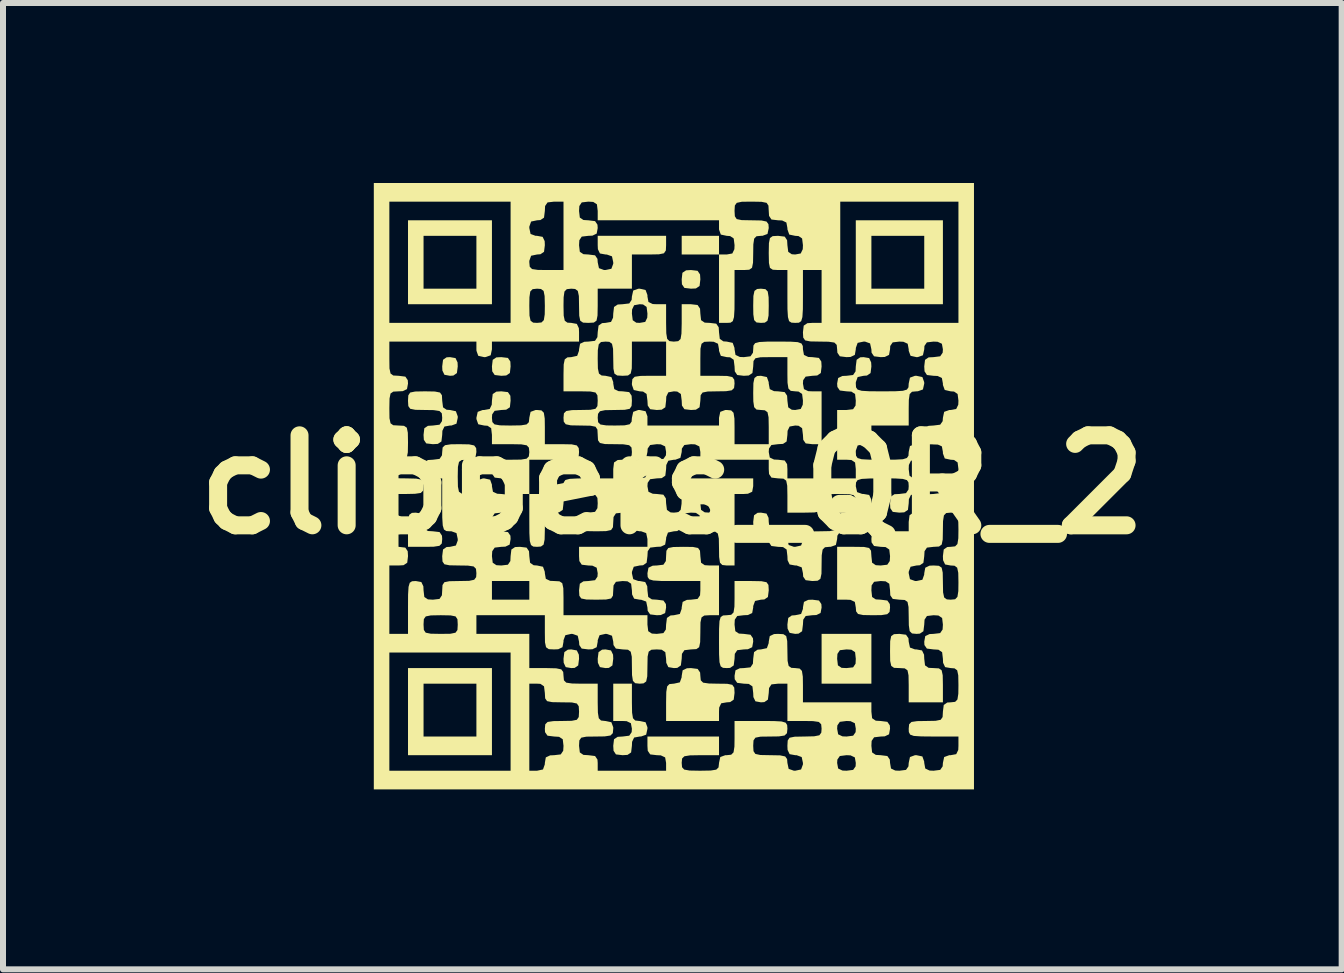
<source format=kicad_pcb>
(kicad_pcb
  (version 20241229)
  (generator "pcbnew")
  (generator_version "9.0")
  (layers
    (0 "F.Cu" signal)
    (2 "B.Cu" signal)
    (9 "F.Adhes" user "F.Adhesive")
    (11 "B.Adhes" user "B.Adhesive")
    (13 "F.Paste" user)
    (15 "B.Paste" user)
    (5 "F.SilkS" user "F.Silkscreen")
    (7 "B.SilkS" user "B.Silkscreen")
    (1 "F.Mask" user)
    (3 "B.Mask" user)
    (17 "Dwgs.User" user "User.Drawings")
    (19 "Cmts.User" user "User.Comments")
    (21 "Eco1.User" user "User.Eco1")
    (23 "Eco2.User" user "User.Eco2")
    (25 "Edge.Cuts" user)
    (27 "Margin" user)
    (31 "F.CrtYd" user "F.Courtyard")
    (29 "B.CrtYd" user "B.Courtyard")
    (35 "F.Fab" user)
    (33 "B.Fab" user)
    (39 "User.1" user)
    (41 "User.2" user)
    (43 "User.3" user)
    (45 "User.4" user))
  (footprint "clippers_QR_2"
    (layer "F.Cu")
    (at 8.157 5.028)
    (property "Reference" "clippers_QR_2" (at 0 0 0) (layer "F.SilkS") (effects (font (size 1.5 1.5) (thickness 0.3))))
    (attr board_only exclude_from_pos_files exclude_from_bom)
    (fp_poly (pts (xy 0.778 -3.991) (xy 0.778 -3.836) (xy 0.467 -3.836) (xy 0.156 -3.836) (xy 0.156 -3.991) (xy 0.156 -4.147) (xy 0.467 -4.147) (xy 0.778 -4.147)) (stroke (width 0) (type solid)) (fill yes) (layer "F.SilkS"))
    (fp_poly (pts (xy -3.614 -2.109) (xy -3.58 -2.037) (xy -3.577 -1.97) (xy -3.591 -1.859) (xy -3.65 -1.818) (xy -3.706 -1.814) (xy -3.799 -1.831) (xy -3.833 -1.902) (xy -3.836 -1.97) (xy -3.822 -2.081) (xy -3.763 -2.122) (xy -3.706 -2.125)) (stroke (width 0) (type solid)) (fill yes) (layer "F.SilkS"))
    (fp_poly (pts (xy -2.741 -2.112) (xy -2.7 -2.052) (xy -2.696 -1.97) (xy -2.708 -1.86) (xy -2.769 -1.819) (xy -2.851 -1.814) (xy -2.961 -1.827) (xy -3.002 -1.888) (xy -3.007 -1.97) (xy -2.994 -2.08) (xy -2.933 -2.121) (xy -2.851 -2.125)) (stroke (width 0) (type solid)) (fill yes) (layer "F.SilkS"))
    (fp_poly (pts (xy -1.592 2.764) (xy -1.558 2.835) (xy -1.555 2.903) (xy -1.569 3.014) (xy -1.628 3.055) (xy -1.685 3.058) (xy -1.777 3.042) (xy -1.811 2.97) (xy -1.814 2.903) (xy -1.8 2.792) (xy -1.741 2.751) (xy -1.685 2.747)) (stroke (width 0) (type solid)) (fill yes) (layer "F.SilkS"))
    (fp_poly (pts (xy -1.022 2.764) (xy -0.988 2.835) (xy -0.985 2.903) (xy -0.999 3.014) (xy -1.058 3.055) (xy -1.114 3.058) (xy -1.207 3.042) (xy -1.241 2.97) (xy -1.244 2.903) (xy -1.23 2.792) (xy -1.171 2.751) (xy -1.114 2.747)) (stroke (width 0) (type solid)) (fill yes) (layer "F.SilkS"))
    (fp_poly (pts (xy 0.421 -3.564) (xy 0.462 -3.503) (xy 0.467 -3.421) (xy 0.454 -3.311) (xy 0.393 -3.27) (xy 0.311 -3.266) (xy 0.201 -3.279) (xy 0.16 -3.339) (xy 0.156 -3.421) (xy 0.168 -3.531) (xy 0.229 -3.572) (xy 0.311 -3.577)) (stroke (width 0) (type solid)) (fill yes) (layer "F.SilkS"))
    (fp_poly (pts (xy 1.552 -3.258) (xy 1.59 -3.219) (xy 1.605 -3.123) (xy 1.607 -2.981) (xy 1.604 -2.817) (xy 1.586 -2.732) (xy 1.542 -2.7) (xy 1.477 -2.696) (xy 1.403 -2.703) (xy 1.364 -2.742) (xy 1.35 -2.838) (xy 1.348 -2.981) (xy 1.351 -3.144) (xy 1.369 -3.229) (xy 1.413 -3.261) (xy 1.477 -3.266)) (stroke (width 0) (type solid)) (fill yes) (layer "F.SilkS"))
    (fp_poly (pts (xy -3.007 -3.706) (xy -3.007 -3.007) (xy -3.706 -3.007) (xy -4.406 -3.007) (xy -4.406 -3.706) (xy -4.147 -3.706) (xy -4.147 -3.266) (xy -3.706 -3.266) (xy -3.266 -3.266) (xy -3.266 -3.706) (xy -3.266 -4.147) (xy -3.706 -4.147) (xy -4.147 -4.147) (xy -4.147 -3.706) (xy -4.406 -3.706) (xy -4.406 -4.406) (xy -3.706 -4.406) (xy -3.007 -4.406)) (stroke (width 0) (type solid)) (fill yes) (layer "F.SilkS"))
    (fp_poly (pts (xy 4.51 -3.706) (xy 4.51 -3.007) (xy 3.784 -3.007) (xy 3.058 -3.007) (xy 3.058 -3.706) (xy 3.318 -3.706) (xy 3.318 -3.266) (xy 3.758 -3.266) (xy 4.199 -3.266) (xy 4.199 -3.706) (xy 4.199 -4.147) (xy 3.758 -4.147) (xy 3.318 -4.147) (xy 3.318 -3.706) (xy 3.058 -3.706) (xy 3.058 -4.406) (xy 3.784 -4.406) (xy 4.51 -4.406)) (stroke (width 0) (type solid)) (fill yes) (layer "F.SilkS"))
    (fp_poly (pts (xy -4.184 0.483) (xy -4.15 0.554) (xy -4.147 0.622) (xy -4.134 0.732) (xy -4.074 0.773) (xy -3.991 0.778) (xy -3.88 0.791) (xy -3.84 0.851) (xy -3.836 0.907) (xy -3.843 0.981) (xy -3.882 1.02) (xy -3.979 1.035) (xy -4.121 1.037) (xy -4.406 1.037) (xy -4.406 0.752) (xy -4.403 0.588) (xy -4.385 0.503) (xy -4.341 0.471) (xy -4.277 0.467)) (stroke (width 0) (type solid)) (fill yes) (layer "F.SilkS"))
    (fp_poly (pts (xy -3.007 3.784) (xy -3.007 4.51) (xy -3.706 4.51) (xy -4.406 4.51) (xy -4.406 3.784) (xy -4.406 3.758) (xy -4.147 3.758) (xy -4.147 4.199) (xy -3.706 4.199) (xy -3.266 4.199) (xy -3.266 3.758) (xy -3.266 3.318) (xy -3.706 3.318) (xy -4.147 3.318) (xy -4.147 3.758) (xy -4.406 3.758) (xy -4.406 3.058) (xy -3.706 3.058) (xy -3.007 3.058)) (stroke (width 0) (type solid)) (fill yes) (layer "F.SilkS"))
    (fp_poly (pts (xy 3.318 2.903) (xy 3.318 3.318) (xy 2.903 3.318) (xy 2.488 3.318) (xy 2.488 2.903) (xy 2.747 2.903) (xy 2.76 3.013) (xy 2.821 3.054) (xy 2.903 3.058) (xy 3.013 3.046) (xy 3.054 2.985) (xy 3.058 2.903) (xy 3.046 2.793) (xy 2.985 2.752) (xy 2.903 2.747) (xy 2.793 2.76) (xy 2.752 2.821) (xy 2.747 2.903) (xy 2.488 2.903) (xy 2.488 2.488) (xy 2.903 2.488) (xy 3.318 2.488)) (stroke (width 0) (type solid)) (fill yes) (layer "F.SilkS"))
    (fp_poly (pts (xy 2.444 1.932) (xy 2.484 1.991) (xy 2.488 2.048) (xy 2.471 2.14) (xy 2.4 2.174) (xy 2.333 2.177) (xy 2.223 2.19) (xy 2.182 2.251) (xy 2.177 2.333) (xy 2.163 2.444) (xy 2.104 2.484) (xy 2.048 2.488) (xy 1.955 2.471) (xy 1.921 2.4) (xy 1.918 2.333) (xy 1.932 2.222) (xy 1.991 2.181) (xy 2.048 2.177) (xy 2.146 2.156) (xy 2.177 2.071) (xy 2.177 2.048) (xy 2.194 1.955) (xy 2.265 1.921) (xy 2.333 1.918)) (stroke (width 0) (type solid)) (fill yes) (layer "F.SilkS"))
    (fp_poly (pts (xy 0.422 3.072) (xy 0.463 3.132) (xy 0.467 3.188) (xy 0.474 3.262) (xy 0.513 3.301) (xy 0.609 3.315) (xy 0.752 3.318) (xy 0.915 3.32) (xy 0.999 3.337) (xy 1.032 3.383) (xy 1.037 3.471) (xy 1.037 3.473) (xy 1.023 3.584) (xy 0.963 3.625) (xy 0.907 3.629) (xy 0.815 3.645) (xy 0.781 3.716) (xy 0.778 3.784) (xy 0.778 3.94) (xy 0.337 3.94) (xy -0.104 3.94) (xy -0.104 3.629) (xy -0.101 3.456) (xy -0.086 3.363) (xy -0.049 3.325) (xy 0.021 3.318) (xy 0.026 3.318) (xy 0.125 3.296) (xy 0.155 3.212) (xy 0.156 3.188) (xy 0.172 3.095) (xy 0.243 3.061) (xy 0.311 3.058)) (stroke (width 0) (type solid)) (fill yes) (layer "F.SilkS"))
    (fp_poly (pts (xy -0.674 3.629) (xy -0.671 3.801) (xy -0.656 3.894) (xy -0.619 3.932) (xy -0.549 3.94) (xy -0.544 3.94) (xy -0.446 3.961) (xy -0.415 4.045) (xy -0.415 4.069) (xy -0.436 4.168) (xy -0.52 4.198) (xy -0.544 4.199) (xy -0.637 4.216) (xy -0.671 4.287) (xy -0.674 4.354) (xy -0.687 4.464) (xy -0.747 4.505) (xy -0.829 4.51) (xy -0.94 4.497) (xy -0.98 4.436) (xy -0.985 4.354) (xy -0.972 4.244) (xy -0.911 4.204) (xy -0.829 4.199) (xy -0.718 4.185) (xy -0.678 4.126) (xy -0.674 4.069) (xy -0.691 3.977) (xy -0.762 3.943) (xy -0.829 3.94) (xy -0.985 3.94) (xy -0.985 3.629) (xy -0.985 3.318) (xy -0.829 3.318) (xy -0.674 3.318)) (stroke (width 0) (type solid)) (fill yes) (layer "F.SilkS"))
    (fp_poly (pts (xy 3.895 2.502) (xy 3.936 2.561) (xy 3.94 2.618) (xy 3.961 2.716) (xy 4.045 2.747) (xy 4.069 2.747) (xy 4.162 2.764) (xy 4.196 2.835) (xy 4.199 2.903) (xy 4.212 3.013) (xy 4.272 3.054) (xy 4.354 3.058) (xy 4.443 3.063) (xy 4.489 3.095) (xy 4.507 3.178) (xy 4.51 3.339) (xy 4.51 3.343) (xy 4.51 3.629) (xy 4.225 3.629) (xy 3.94 3.629) (xy 3.94 3.343) (xy 3.937 3.18) (xy 3.92 3.096) (xy 3.874 3.063) (xy 3.786 3.058) (xy 3.784 3.058) (xy 3.695 3.054) (xy 3.649 3.022) (xy 3.631 2.939) (xy 3.629 2.778) (xy 3.629 2.773) (xy 3.631 2.61) (xy 3.648 2.525) (xy 3.694 2.493) (xy 3.782 2.488) (xy 3.784 2.488)) (stroke (width 0) (type solid)) (fill yes) (layer "F.SilkS"))
    (fp_poly (pts (xy -3.958 -1.552) (xy -3.873 -1.535) (xy -3.841 -1.49) (xy -3.836 -1.402) (xy -3.836 -1.4) (xy -3.822 -1.288) (xy -3.763 -1.248) (xy -3.706 -1.244) (xy -3.608 -1.223) (xy -3.577 -1.138) (xy -3.577 -1.114) (xy -3.598 -1.016) (xy -3.682 -0.985) (xy -3.706 -0.985) (xy -3.799 -0.968) (xy -3.833 -0.897) (xy -3.836 -0.829) (xy -3.849 -0.719) (xy -3.909 -0.679) (xy -3.991 -0.674) (xy -4.102 -0.687) (xy -4.142 -0.747) (xy -4.147 -0.829) (xy -4.134 -0.94) (xy -4.074 -0.98) (xy -3.991 -0.985) (xy -3.88 -0.999) (xy -3.84 -1.058) (xy -3.836 -1.114) (xy -3.843 -1.189) (xy -3.882 -1.227) (xy -3.979 -1.242) (xy -4.121 -1.244) (xy -4.284 -1.247) (xy -4.369 -1.264) (xy -4.401 -1.309) (xy -4.406 -1.397) (xy -4.406 -1.4) (xy -4.401 -1.488) (xy -4.37 -1.535) (xy -4.286 -1.552) (xy -4.125 -1.555) (xy -4.121 -1.555)) (stroke (width 0) (type solid)) (fill yes) (layer "F.SilkS"))
    (fp_poly (pts (xy 1.485 1.61) (xy 1.57 1.627) (xy 1.602 1.672) (xy 1.607 1.76) (xy 1.607 1.762) (xy 1.593 1.874) (xy 1.534 1.914) (xy 1.477 1.918) (xy 1.379 1.939) (xy 1.348 2.024) (xy 1.348 2.048) (xy 1.331 2.14) (xy 1.26 2.174) (xy 1.192 2.177) (xy 1.082 2.19) (xy 1.041 2.251) (xy 1.037 2.333) (xy 1.05 2.443) (xy 1.11 2.483) (xy 1.192 2.488) (xy 1.303 2.502) (xy 1.344 2.561) (xy 1.348 2.618) (xy 1.331 2.71) (xy 1.26 2.744) (xy 1.192 2.747) (xy 1.082 2.76) (xy 1.041 2.821) (xy 1.037 2.903) (xy 1.023 3.014) (xy 0.963 3.055) (xy 0.907 3.058) (xy 0.844 3.054) (xy 0.806 3.029) (xy 0.786 2.96) (xy 0.779 2.829) (xy 0.778 2.618) (xy 0.779 2.404) (xy 0.786 2.274) (xy 0.806 2.207) (xy 0.845 2.181) (xy 0.907 2.177) (xy 0.981 2.17) (xy 1.02 2.131) (xy 1.035 2.034) (xy 1.037 1.892) (xy 1.037 1.607) (xy 1.322 1.607)) (stroke (width 0) (type solid)) (fill yes) (layer "F.SilkS"))
    (fp_poly (pts (xy -0.446 -3.244) (xy -0.415 -3.16) (xy -0.415 -3.136) (xy -0.398 -3.044) (xy -0.327 -3.01) (xy -0.259 -3.007) (xy -0.104 -3.007) (xy -0.104 -2.696) (xy -0.101 -2.523) (xy -0.086 -2.43) (xy -0.049 -2.392) (xy 0.021 -2.384) (xy 0.026 -2.384) (xy 0.098 -2.391) (xy 0.137 -2.427) (xy 0.152 -2.517) (xy 0.156 -2.685) (xy 0.156 -2.696) (xy 0.156 -3.007) (xy 0.311 -3.007) (xy 0.421 -2.994) (xy 0.462 -2.933) (xy 0.467 -2.851) (xy 0.479 -2.741) (xy 0.54 -2.7) (xy 0.622 -2.696) (xy 0.732 -2.683) (xy 0.773 -2.622) (xy 0.778 -2.54) (xy 0.791 -2.429) (xy 0.851 -2.388) (xy 0.907 -2.384) (xy 1.006 -2.363) (xy 1.036 -2.279) (xy 1.037 -2.255) (xy 1.053 -2.162) (xy 1.125 -2.128) (xy 1.192 -2.125) (xy 1.303 -2.139) (xy 1.344 -2.199) (xy 1.348 -2.255) (xy 1.352 -2.319) (xy 1.38 -2.358) (xy 1.451 -2.377) (xy 1.588 -2.384) (xy 1.762 -2.384) (xy 1.968 -2.383) (xy 2.091 -2.375) (xy 2.153 -2.352) (xy 2.175 -2.31) (xy 2.177 -2.255) (xy 2.194 -2.162) (xy 2.265 -2.128) (xy 2.333 -2.125) (xy 2.443 -2.112) (xy 2.483 -2.052) (xy 2.488 -1.97) (xy 2.475 -1.86) (xy 2.415 -1.819) (xy 2.333 -1.814) (xy 2.222 -1.8) (xy 2.181 -1.741) (xy 2.177 -1.685) (xy 2.194 -1.592) (xy 2.265 -1.558) (xy 2.333 -1.555) (xy 2.488 -1.555) (xy 2.488 -1.114) (xy 2.488 -0.674) (xy 2.333 -0.674) (xy 2.223 -0.687) (xy 2.182 -0.747) (xy 2.177 -0.829) (xy 2.163 -0.941) (xy 2.104 -0.981) (xy 2.048 -0.985) (xy 1.955 -0.968) (xy 1.921 -0.897) (xy 1.918 -0.829) (xy 1.905 -0.719) (xy 1.845 -0.679) (xy 1.762 -0.674) (xy 1.651 -0.66) (xy 1.611 -0.601) (xy 1.607 -0.544) (xy 1.624 -0.452) (xy 1.695 -0.418) (xy 1.762 -0.415) (xy 1.873 -0.402) (xy 1.913 -0.341) (xy 1.918 -0.259) (xy 1.918 -0.104) (xy 2.488 -0.104) (xy 3.058 -0.104) (xy 3.058 -0.259) (xy 3.046 -0.369) (xy 2.985 -0.41) (xy 2.903 -0.415) (xy 2.747 -0.415) (xy 2.747 -0.829) (xy 2.747 -1.244) (xy 2.903 -1.244) (xy 3.013 -1.257) (xy 3.054 -1.318) (xy 3.058 -1.4) (xy 3.046 -1.51) (xy 2.985 -1.55) (xy 2.903 -1.555) (xy 2.792 -1.569) (xy 2.751 -1.628) (xy 2.747 -1.685) (xy 2.764 -1.777) (xy 2.835 -1.811) (xy 2.903 -1.814) (xy 3.013 -1.827) (xy 3.054 -1.888) (xy 3.058 -1.97) (xy 3.072 -2.081) (xy 3.132 -2.122) (xy 3.188 -2.125) (xy 3.281 -2.109) (xy 3.314 -2.037) (xy 3.318 -1.97) (xy 3.304 -1.859) (xy 3.244 -1.818) (xy 3.188 -1.814) (xy 3.089 -1.793) (xy 3.059 -1.709) (xy 3.058 -1.685) (xy 3.062 -1.622) (xy 3.088 -1.584) (xy 3.156 -1.564) (xy 3.287 -1.556) (xy 3.499 -1.555) (xy 3.712 -1.556) (xy 3.843 -1.564) (xy 3.91 -1.584) (xy 3.936 -1.622) (xy 3.94 -1.685) (xy 3.961 -1.783) (xy 4.045 -1.814) (xy 4.069 -1.814) (xy 4.168 -1.793) (xy 4.198 -1.709) (xy 4.199 -1.685) (xy 4.177 -1.586) (xy 4.093 -1.556) (xy 4.069 -1.555) (xy 3.995 -1.548) (xy 3.956 -1.509) (xy 3.942 -1.412) (xy 3.94 -1.27) (xy 3.94 -0.985) (xy 3.629 -0.985) (xy 3.318 -0.985) (xy 3.318 -0.829) (xy 3.304 -0.718) (xy 3.244 -0.678) (xy 3.188 -0.674) (xy 3.089 -0.652) (xy 3.059 -0.568) (xy 3.058 -0.544) (xy 3.062 -0.482) (xy 3.088 -0.443) (xy 3.156 -0.423) (xy 3.287 -0.416) (xy 3.499 -0.415) (xy 3.712 -0.416) (xy 3.843 -0.423) (xy 3.91 -0.444) (xy 3.936 -0.482) (xy 3.94 -0.544) (xy 3.961 -0.643) (xy 4.045 -0.673) (xy 4.069 -0.674) (xy 4.168 -0.652) (xy 4.198 -0.568) (xy 4.199 -0.544) (xy 4.177 -0.446) (xy 4.093 -0.415) (xy 4.069 -0.415) (xy 3.977 -0.398) (xy 3.943 -0.327) (xy 3.94 -0.259) (xy 3.954 -0.148) (xy 4.013 -0.107) (xy 4.069 -0.104) (xy 4.168 -0.082) (xy 4.198 0.002) (xy 4.199 0.026) (xy 4.177 0.125) (xy 4.093 0.155) (xy 4.069 0.156) (xy 3.977 0.172) (xy 3.943 0.243) (xy 3.94 0.311) (xy 3.927 0.421) (xy 3.866 0.462) (xy 3.784 0.467) (xy 3.674 0.454) (xy 3.633 0.393) (xy 3.629 0.311) (xy 3.641 0.201) (xy 3.702 0.16) (xy 3.784 0.156) (xy 3.895 0.142) (xy 3.936 0.082) (xy 3.94 0.026) (xy 3.936 -0.037) (xy 3.91 -0.075) (xy 3.842 -0.095) (xy 3.711 -0.103) (xy 3.499 -0.104) (xy 3.286 -0.102) (xy 3.155 -0.095) (xy 3.088 -0.075) (xy 3.062 -0.036) (xy 3.058 0.026) (xy 3.08 0.125) (xy 3.164 0.155) (xy 3.188 0.156) (xy 3.281 0.172) (xy 3.314 0.243) (xy 3.318 0.311) (xy 3.304 0.422) (xy 3.244 0.463) (xy 3.188 0.467) (xy 3.095 0.483) (xy 3.061 0.554) (xy 3.058 0.622) (xy 3.046 0.732) (xy 2.985 0.773) (xy 2.903 0.778) (xy 2.792 0.791) (xy 2.751 0.851) (xy 2.747 0.907) (xy 2.726 1.006) (xy 2.642 1.036) (xy 2.618 1.037) (xy 2.544 1.044) (xy 2.505 1.083) (xy 2.49 1.179) (xy 2.488 1.322) (xy 2.486 1.485) (xy 2.468 1.57) (xy 2.423 1.602) (xy 2.335 1.607) (xy 2.333 1.607) (xy 2.222 1.593) (xy 2.181 1.534) (xy 2.177 1.477) (xy 2.156 1.379) (xy 2.071 1.348) (xy 2.048 1.348) (xy 1.955 1.331) (xy 1.921 1.26) (xy 1.918 1.192) (xy 1.905 1.082) (xy 1.845 1.041) (xy 1.762 1.037) (xy 1.651 1.023) (xy 1.611 0.963) (xy 1.607 0.907) (xy 1.586 0.808) (xy 1.501 0.778) (xy 1.477 0.778) (xy 1.385 0.761) (xy 1.351 0.69) (xy 1.348 0.622) (xy 1.362 0.511) (xy 1.421 0.47) (xy 1.477 0.467) (xy 1.57 0.483) (xy 1.604 0.554) (xy 1.607 0.622) (xy 1.62 0.732) (xy 1.68 0.773) (xy 1.762 0.778) (xy 1.874 0.791) (xy 1.914 0.851) (xy 1.918 0.907) (xy 1.939 1.006) (xy 2.024 1.036) (xy 2.048 1.037) (xy 2.146 1.015) (xy 2.177 0.931) (xy 2.177 0.907) (xy 2.185 0.833) (xy 2.224 0.794) (xy 2.32 0.78) (xy 2.462 0.778) (xy 2.625 0.775) (xy 2.71 0.758) (xy 2.742 0.712) (xy 2.747 0.624) (xy 2.747 0.622) (xy 2.76 0.512) (xy 2.821 0.471) (xy 2.903 0.467) (xy 3.013 0.454) (xy 3.054 0.393) (xy 3.058 0.311) (xy 3.054 0.222) (xy 3.022 0.176) (xy 2.939 0.158) (xy 2.778 0.156) (xy 2.773 0.156) (xy 2.61 0.158) (xy 2.525 0.175) (xy 2.493 0.221) (xy 2.488 0.309) (xy 2.488 0.311) (xy 2.483 0.4) (xy 2.452 0.446) (xy 2.369 0.464) (xy 2.207 0.467) (xy 2.203 0.467) (xy 1.918 0.467) (xy 1.918 0.181) (xy 1.915 0.018) (xy 1.898 -0.066) (xy 1.853 -0.099) (xy 1.765 -0.104) (xy 1.762 -0.104) (xy 1.652 -0.117) (xy 1.612 -0.177) (xy 1.607 -0.259) (xy 1.607 -0.415) (xy 1.037 -0.415) (xy 0.467 -0.415) (xy 0.467 -0.544) (xy 0.45 -0.637) (xy 0.379 -0.671) (xy 0.311 -0.674) (xy 0.2 -0.66) (xy 0.159 -0.601) (xy 0.156 -0.544) (xy 0.134 -0.446) (xy 0.05 -0.415) (xy 0.026 -0.415) (xy -0.067 -0.398) (xy -0.101 -0.327) (xy -0.104 -0.259) (xy -0.117 -0.149) (xy -0.177 -0.108) (xy -0.259 -0.104) (xy -0.37 -0.09) (xy -0.411 -0.03) (xy -0.415 0.026) (xy -0.398 0.119) (xy -0.327 0.152) (xy -0.259 0.156) (xy -0.149 0.168) (xy -0.108 0.229) (xy -0.104 0.311) (xy -0.09 0.422) (xy -0.03 0.463) (xy 0.026 0.467) (xy 0.1 0.459) (xy 0.139 0.42) (xy 0.153 0.324) (xy 0.154 0.311) (xy 0.467 0.311) (xy 0.479 0.421) (xy 0.54 0.462) (xy 0.622 0.467) (xy 0.732 0.454) (xy 0.773 0.393) (xy 0.778 0.311) (xy 0.765 0.201) (xy 0.704 0.16) (xy 0.622 0.156) (xy 0.512 0.168) (xy 0.471 0.229) (xy 0.467 0.311) (xy 0.154 0.311) (xy 0.156 0.181) (xy 0.156 -0.104) (xy 0.752 -0.104) (xy 1.348 -0.104) (xy 1.348 0.026) (xy 1.331 0.119) (xy 1.26 0.152) (xy 1.192 0.156) (xy 1.037 0.156) (xy 1.037 0.752) (xy 1.037 1.348) (xy 0.907 1.348) (xy 0.833 1.34) (xy 0.794 1.301) (xy 0.78 1.205) (xy 0.778 1.063) (xy 0.775 0.9) (xy 0.758 0.815) (xy 0.712 0.783) (xy 0.624 0.778) (xy 0.622 0.778) (xy 0.512 0.765) (xy 0.471 0.704) (xy 0.467 0.622) (xy 0.454 0.512) (xy 0.393 0.471) (xy 0.311 0.467) (xy 0.201 0.479) (xy 0.16 0.54) (xy 0.156 0.622) (xy 0.142 0.733) (xy 0.082 0.774) (xy 0.026 0.778) (xy -0.073 0.799) (xy -0.103 0.883) (xy -0.104 0.907) (xy -0.12 1) (xy -0.192 1.034) (xy -0.259 1.037) (xy -0.369 1.05) (xy -0.41 1.11) (xy -0.415 1.192) (xy -0.429 1.303) (xy -0.488 1.344) (xy -0.544 1.348) (xy -0.643 1.369) (xy -0.673 1.453) (xy -0.674 1.477) (xy -0.652 1.576) (xy -0.568 1.606) (xy -0.544 1.607) (xy -0.452 1.624) (xy -0.418 1.695) (xy -0.415 1.762) (xy -0.402 1.873) (xy -0.341 1.913) (xy -0.259 1.918) (xy -0.148 1.932) (xy -0.107 1.991) (xy -0.104 2.048) (xy -0.12 2.14) (xy -0.192 2.174) (xy -0.259 2.177) (xy -0.37 2.163) (xy -0.411 2.104) (xy -0.415 2.048) (xy -0.436 1.949) (xy -0.52 1.919) (xy -0.544 1.918) (xy -0.637 1.901) (xy -0.671 1.83) (xy -0.674 1.762) (xy -0.687 1.652) (xy -0.747 1.612) (xy -0.829 1.607) (xy -0.94 1.62) (xy -0.98 1.68) (xy -0.985 1.762) (xy -0.99 1.851) (xy -1.021 1.898) (xy -1.105 1.915) (xy -1.266 1.918) (xy -1.27 1.918) (xy -1.433 1.915) (xy -1.518 1.898) (xy -1.55 1.853) (xy -1.555 1.765) (xy -1.555 1.762) (xy -1.542 1.652) (xy -1.482 1.612) (xy -1.4 1.607) (xy -1.288 1.593) (xy -1.248 1.534) (xy -1.244 1.477) (xy -1.261 1.385) (xy -1.332 1.351) (xy -1.4 1.348) (xy -1.51 1.335) (xy -1.55 1.274) (xy -1.555 1.192) (xy -1.555 1.037) (xy -0.985 1.037) (xy -0.415 1.037) (xy -0.415 0.907) (xy -0.436 0.808) (xy -0.52 0.778) (xy -0.544 0.778) (xy -0.637 0.761) (xy -0.671 0.69) (xy -0.674 0.622) (xy -0.687 0.512) (xy -0.747 0.471) (xy -0.829 0.467) (xy -0.94 0.479) (xy -0.98 0.54) (xy -0.985 0.622) (xy -0.99 0.711) (xy -1.021 0.757) (xy -1.105 0.775) (xy -1.266 0.778) (xy -1.27 0.778) (xy -1.433 0.775) (xy -1.518 0.758) (xy -1.55 0.712) (xy -1.555 0.624) (xy -1.555 0.622) (xy -1.542 0.512) (xy -1.482 0.471) (xy -1.4 0.467) (xy -1.289 0.454) (xy -1.249 0.393) (xy -1.244 0.311) (xy -1.249 0.222) (xy -1.28 0.176) (xy -1.364 0.158) (xy -1.525 0.156) (xy -1.529 0.156) (xy -1.692 0.158) (xy -1.777 0.175) (xy -1.809 0.221) (xy -1.814 0.309) (xy -1.814 0.311) (xy -1.827 0.421) (xy -1.888 0.462) (xy -1.97 0.467) (xy -2.059 0.471) (xy -2.105 0.503) (xy -2.123 0.586) (xy -2.125 0.747) (xy -2.125 0.752) (xy -2.129 0.915) (xy -2.146 1) (xy -2.19 1.032) (xy -2.255 1.037) (xy -2.318 1.033) (xy -2.356 1.007) (xy -2.376 0.939) (xy -2.383 0.808) (xy -2.384 0.596) (xy -2.384 0.156) (xy -2.54 0.156) (xy -2.651 0.142) (xy -2.692 0.082) (xy -2.696 0.026) (xy -2.712 -0.067) (xy -2.783 -0.101) (xy -2.851 -0.104) (xy -2.961 -0.117) (xy -3.002 -0.177) (xy -3.007 -0.259) (xy -3.007 -0.415) (xy -2.696 -0.415) (xy -2.523 -0.417) (xy -2.43 -0.432) (xy -2.392 -0.47) (xy -2.384 -0.54) (xy -2.384 -0.544) (xy -2.391 -0.616) (xy -2.427 -0.655) (xy -2.517 -0.671) (xy -2.685 -0.674) (xy -2.696 -0.674) (xy -3.007 -0.674) (xy -3.007 -0.829) (xy -3.02 -0.941) (xy -3.08 -0.981) (xy -3.136 -0.985) (xy -3.235 -1.006) (xy -3.265 -1.091) (xy -3.266 -1.114) (xy -3.244 -1.213) (xy -3.16 -1.244) (xy -3.136 -1.244) (xy -3.044 -1.261) (xy -3.01 -1.332) (xy -3.007 -1.4) (xy -2.994 -1.51) (xy -2.933 -1.55) (xy -2.851 -1.555) (xy -2.741 -1.542) (xy -2.7 -1.482) (xy -2.696 -1.4) (xy -2.708 -1.289) (xy -2.769 -1.249) (xy -2.851 -1.244) (xy -2.962 -1.23) (xy -3.003 -1.171) (xy -3.007 -1.114) (xy -3 -1.043) (xy -2.964 -1.004) (xy -2.874 -0.988) (xy -2.706 -0.985) (xy -2.696 -0.985) (xy -2.523 -0.988) (xy -2.43 -1.003) (xy -2.392 -1.04) (xy -2.384 -1.11) (xy -2.384 -1.114) (xy -2.363 -1.213) (xy -2.279 -1.244) (xy -2.255 -1.244) (xy -2.181 -1.237) (xy -2.142 -1.198) (xy -2.127 -1.101) (xy -2.125 -0.959) (xy -2.125 -0.674) (xy -1.84 -0.674) (xy -1.677 -0.671) (xy -1.592 -0.653) (xy -1.56 -0.609) (xy -1.555 -0.544) (xy -1.56 -0.48) (xy -1.587 -0.442) (xy -1.658 -0.422) (xy -1.795 -0.415) (xy -1.97 -0.415) (xy -2.384 -0.415) (xy -2.384 -0.13) (xy -2.384 0.156) (xy -2.099 0.156) (xy -1.936 0.152) (xy -1.851 0.134) (xy -1.819 0.091) (xy -1.814 0.026) (xy -1.81 -0.038) (xy -1.783 -0.077) (xy -1.711 -0.096) (xy -1.574 -0.103) (xy -1.4 -0.104) (xy -0.985 -0.104) (xy -0.985 -0.259) (xy -0.674 -0.259) (xy -0.66 -0.148) (xy -0.601 -0.107) (xy -0.544 -0.104) (xy -0.452 -0.12) (xy -0.418 -0.192) (xy -0.415 -0.259) (xy -0.402 -0.369) (xy -0.341 -0.41) (xy -0.259 -0.415) (xy -0.148 -0.429) (xy -0.107 -0.488) (xy -0.104 -0.544) (xy -0.12 -0.637) (xy -0.192 -0.671) (xy -0.259 -0.674) (xy -0.37 -0.66) (xy -0.411 -0.601) (xy -0.415 -0.544) (xy -0.436 -0.446) (xy -0.52 -0.415) (xy -0.544 -0.415) (xy -0.637 -0.398) (xy -0.671 -0.327) (xy -0.674 -0.259) (xy -0.985 -0.259) (xy -0.972 -0.369) (xy -0.911 -0.41) (xy -0.829 -0.415) (xy -0.718 -0.429) (xy -0.678 -0.488) (xy -0.674 -0.544) (xy -0.681 -0.619) (xy -0.72 -0.657) (xy -0.817 -0.672) (xy -0.959 -0.674) (xy -1.122 -0.676) (xy -1.207 -0.694) (xy -1.239 -0.739) (xy -1.244 -0.827) (xy -1.244 -0.829) (xy -1.249 -0.918) (xy -1.28 -0.965) (xy -1.364 -0.982) (xy -1.525 -0.985) (xy -1.529 -0.985) (xy -1.692 -0.988) (xy -1.777 -1.006) (xy -1.81 -1.05) (xy -1.814 -1.114) (xy -1.807 -1.189) (xy -1.768 -1.227) (xy -1.672 -1.242) (xy -1.529 -1.244) (xy -1.366 -1.247) (xy -1.281 -1.264) (xy -1.249 -1.309) (xy -1.244 -1.397) (xy -1.244 -1.4) (xy -1.249 -1.488) (xy -1.28 -1.535) (xy -1.364 -1.552) (xy -1.525 -1.555) (xy -1.529 -1.555) (xy -1.814 -1.555) (xy -1.814 -1.84) (xy -1.811 -2.003) (xy -1.793 -2.089) (xy -1.778 -2.099) (xy -1.244 -2.099) (xy -1.241 -1.936) (xy -1.223 -1.851) (xy -1.179 -1.819) (xy -1.114 -1.814) (xy -1.016 -1.793) (xy -0.985 -1.709) (xy -0.985 -1.685) (xy -0.968 -1.592) (xy -0.897 -1.558) (xy -0.829 -1.555) (xy -0.719 -1.542) (xy -0.679 -1.482) (xy -0.674 -1.4) (xy -0.679 -1.311) (xy -0.71 -1.264) (xy -0.794 -1.247) (xy -0.955 -1.244) (xy -0.959 -1.244) (xy -1.122 -1.241) (xy -1.207 -1.223) (xy -1.239 -1.179) (xy -1.244 -1.114) (xy -1.237 -1.04) (xy -1.198 -1.002) (xy -1.101 -0.987) (xy -0.959 -0.985) (xy -0.796 -0.988) (xy -0.711 -1.006) (xy -0.679 -1.05) (xy -0.674 -1.114) (xy -0.652 -1.213) (xy -0.568 -1.244) (xy -0.544 -1.244) (xy -0.446 -1.223) (xy -0.415 -1.138) (xy -0.415 -1.114) (xy -0.415 -0.985) (xy 0.181 -0.985) (xy 0.778 -0.985) (xy 0.778 -1.114) (xy 0.799 -1.213) (xy 0.883 -1.244) (xy 0.907 -1.244) (xy 0.981 -1.237) (xy 1.02 -1.198) (xy 1.035 -1.101) (xy 1.037 -0.959) (xy 1.037 -0.674) (xy 1.322 -0.674) (xy 1.607 -0.674) (xy 1.607 -0.959) (xy 1.604 -1.122) (xy 1.586 -1.207) (xy 1.542 -1.239) (xy 1.477 -1.244) (xy 1.403 -1.251) (xy 1.364 -1.291) (xy 1.35 -1.387) (xy 1.348 -1.529) (xy 1.351 -1.692) (xy 1.369 -1.777) (xy 1.413 -1.81) (xy 1.477 -1.814) (xy 1.576 -1.793) (xy 1.606 -1.709) (xy 1.607 -1.685) (xy 1.624 -1.592) (xy 1.695 -1.558) (xy 1.762 -1.555) (xy 1.873 -1.542) (xy 1.913 -1.482) (xy 1.918 -1.4) (xy 1.932 -1.288) (xy 1.991 -1.248) (xy 2.048 -1.244) (xy 2.14 -1.261) (xy 2.174 -1.332) (xy 2.177 -1.4) (xy 2.163 -1.511) (xy 2.104 -1.551) (xy 2.048 -1.555) (xy 1.973 -1.563) (xy 1.935 -1.602) (xy 1.92 -1.698) (xy 1.918 -1.84) (xy 1.918 -2.125) (xy 1.633 -2.125) (xy 1.47 -2.123) (xy 1.385 -2.106) (xy 1.353 -2.06) (xy 1.348 -1.972) (xy 1.348 -1.97) (xy 1.335 -1.86) (xy 1.274 -1.819) (xy 1.192 -1.814) (xy 1.082 -1.827) (xy 1.041 -1.888) (xy 1.037 -1.97) (xy 1.023 -2.081) (xy 0.963 -2.122) (xy 0.907 -2.125) (xy 0.808 -2.147) (xy 0.778 -2.231) (xy 0.778 -2.255) (xy 0.761 -2.348) (xy 0.69 -2.381) (xy 0.622 -2.384) (xy 0.533 -2.38) (xy 0.487 -2.348) (xy 0.469 -2.265) (xy 0.467 -2.104) (xy 0.467 -2.099) (xy 0.467 -1.814) (xy 0.752 -1.814) (xy 0.915 -1.811) (xy 1 -1.793) (xy 1.032 -1.749) (xy 1.037 -1.685) (xy 1.029 -1.61) (xy 0.99 -1.572) (xy 0.894 -1.557) (xy 0.752 -1.555) (xy 0.589 -1.552) (xy 0.504 -1.535) (xy 0.472 -1.49) (xy 0.467 -1.402) (xy 0.467 -1.4) (xy 0.454 -1.289) (xy 0.393 -1.249) (xy 0.311 -1.244) (xy 0.201 -1.257) (xy 0.16 -1.318) (xy 0.156 -1.4) (xy 0.142 -1.511) (xy 0.082 -1.551) (xy 0.026 -1.555) (xy -0.067 -1.538) (xy -0.101 -1.467) (xy -0.104 -1.4) (xy -0.117 -1.289) (xy -0.177 -1.249) (xy -0.259 -1.244) (xy -0.369 -1.257) (xy -0.41 -1.318) (xy -0.415 -1.4) (xy -0.429 -1.511) (xy -0.488 -1.551) (xy -0.544 -1.555) (xy -0.643 -1.577) (xy -0.673 -1.661) (xy -0.674 -1.685) (xy -0.666 -1.759) (xy -0.627 -1.798) (xy -0.531 -1.812) (xy -0.389 -1.814) (xy -0.104 -1.814) (xy -0.104 -2.099) (xy -0.104 -2.384) (xy -0.389 -2.384) (xy -0.674 -2.384) (xy -0.674 -2.099) (xy -0.676 -1.936) (xy -0.694 -1.852) (xy -0.739 -1.819) (xy -0.827 -1.814) (xy -0.829 -1.814) (xy -0.918 -1.819) (xy -0.965 -1.85) (xy -0.982 -1.934) (xy -0.985 -2.095) (xy -0.985 -2.099) (xy -0.988 -2.263) (xy -1.006 -2.348) (xy -1.05 -2.38) (xy -1.114 -2.384) (xy -1.189 -2.377) (xy -1.227 -2.338) (xy -1.242 -2.242) (xy -1.244 -2.099) (xy -1.778 -2.099) (xy -1.749 -2.121) (xy -1.685 -2.125) (xy -1.586 -2.147) (xy -1.556 -2.231) (xy -1.555 -2.255) (xy -1.538 -2.348) (xy -1.467 -2.381) (xy -1.4 -2.384) (xy -1.289 -2.397) (xy -1.249 -2.458) (xy -1.244 -2.54) (xy -1.23 -2.651) (xy -1.171 -2.692) (xy -1.114 -2.696) (xy -1.022 -2.712) (xy -0.988 -2.783) (xy -0.985 -2.851) (xy -0.674 -2.851) (xy -0.66 -2.74) (xy -0.601 -2.699) (xy -0.544 -2.696) (xy -0.452 -2.712) (xy -0.418 -2.783) (xy -0.415 -2.851) (xy -0.429 -2.962) (xy -0.488 -3.003) (xy -0.544 -3.007) (xy -0.637 -2.99) (xy -0.671 -2.919) (xy -0.674 -2.851) (xy -0.985 -2.851) (xy -0.972 -2.961) (xy -0.911 -3.002) (xy -0.829 -3.007) (xy -0.718 -3.02) (xy -0.678 -3.08) (xy -0.674 -3.136) (xy -0.652 -3.235) (xy -0.568 -3.265) (xy -0.544 -3.266)) (stroke (width 0) (type solid)) (fill yes) (layer "F.SilkS"))
    (fp_poly (pts (xy 5.028 0.026) (xy 5.028 5.08) (xy 0.026 5.08) (xy -4.976 5.08) (xy -4.976 3.784) (xy -4.717 3.784) (xy -4.717 4.769) (xy -3.706 4.769) (xy -2.696 4.769) (xy -2.696 4.043) (xy -2.384 4.043) (xy -2.384 4.769) (xy -2.255 4.769) (xy -2.156 4.748) (xy -2.126 4.663) (xy -2.125 4.639) (xy -2.109 4.547) (xy -2.037 4.513) (xy -1.97 4.51) (xy -1.86 4.497) (xy -1.819 4.436) (xy -1.814 4.354) (xy -1.827 4.244) (xy -1.888 4.204) (xy -1.97 4.199) (xy -2.081 4.185) (xy -2.122 4.126) (xy -2.125 4.069) (xy -2.118 3.995) (xy -2.079 3.956) (xy -1.983 3.942) (xy -1.84 3.94) (xy -1.677 3.937) (xy -1.592 3.92) (xy -1.56 3.874) (xy -1.555 3.786) (xy -1.555 3.784) (xy -1.56 3.695) (xy -1.591 3.649) (xy -1.675 3.631) (xy -1.836 3.629) (xy -1.84 3.629) (xy -2.003 3.626) (xy -2.088 3.609) (xy -2.12 3.563) (xy -2.125 3.475) (xy -2.125 3.473) (xy -2.139 3.362) (xy -2.199 3.321) (xy -2.255 3.318) (xy -2.384 3.318) (xy -2.384 4.043) (xy -2.696 4.043) (xy -2.696 3.784) (xy -2.696 2.799) (xy -3.706 2.799) (xy -4.717 2.799) (xy -4.717 3.784) (xy -4.976 3.784) (xy -4.976 0.026) (xy -4.976 -2.384) (xy -4.717 -2.384) (xy -4.717 -2.099) (xy -4.715 -1.936) (xy -4.697 -1.852) (xy -4.652 -1.819) (xy -4.564 -1.814) (xy -4.562 -1.814) (xy -4.45 -1.8) (xy -4.41 -1.741) (xy -4.406 -1.685) (xy -4.423 -1.592) (xy -4.494 -1.558) (xy -4.562 -1.555) (xy -4.651 -1.55) (xy -4.697 -1.519) (xy -4.714 -1.435) (xy -4.717 -1.274) (xy -4.717 -1.27) (xy -4.715 -1.107) (xy -4.697 -1.022) (xy -4.652 -0.99) (xy -4.564 -0.985) (xy -4.562 -0.985) (xy -4.473 -0.98) (xy -4.426 -0.949) (xy -4.409 -0.865) (xy -4.406 -0.704) (xy -4.406 -0.7) (xy -4.409 -0.537) (xy -4.426 -0.452) (xy -4.471 -0.42) (xy -4.559 -0.415) (xy -4.562 -0.415) (xy -4.672 -0.402) (xy -4.712 -0.341) (xy -4.717 -0.259) (xy -4.712 -0.17) (xy -4.681 -0.124) (xy -4.598 -0.106) (xy -4.436 -0.104) (xy -4.432 -0.104) (xy -4.269 -0.1) (xy -4.184 -0.083) (xy -4.152 -0.039) (xy -4.147 0.026) (xy -4.154 0.1) (xy -4.193 0.139) (xy -4.29 0.153) (xy -4.432 0.156) (xy -4.717 0.156) (xy -4.717 0.596) (xy -4.717 1.037) (xy -4.562 1.037) (xy -4.451 1.05) (xy -4.411 1.11) (xy -4.406 1.192) (xy -4.419 1.302) (xy -4.48 1.343) (xy -4.562 1.348) (xy -4.717 1.348) (xy -4.717 1.918) (xy -4.717 2.488) (xy -4.562 2.488) (xy -4.406 2.488) (xy -4.406 2.333) (xy -4.147 2.333) (xy -4.142 2.422) (xy -4.111 2.468) (xy -4.027 2.485) (xy -3.866 2.488) (xy -3.862 2.488) (xy -3.699 2.486) (xy -3.614 2.468) (xy -3.582 2.423) (xy -3.577 2.335) (xy -3.577 2.333) (xy -3.582 2.244) (xy -3.613 2.197) (xy -3.696 2.18) (xy -3.857 2.177) (xy -3.862 2.177) (xy -4.025 2.18) (xy -4.11 2.197) (xy -4.142 2.242) (xy -4.147 2.33) (xy -4.147 2.333) (xy -4.406 2.333) (xy -4.406 2.048) (xy -4.405 1.834) (xy -4.397 1.704) (xy -4.377 1.636) (xy -4.339 1.611) (xy -4.277 1.607) (xy -4.184 1.624) (xy -4.15 1.695) (xy -4.147 1.762) (xy -4.134 1.873) (xy -4.074 1.913) (xy -3.991 1.918) (xy -3.881 1.905) (xy -3.841 1.845) (xy -3.836 1.762) (xy -3.007 1.762) (xy -3.007 1.918) (xy -2.696 1.918) (xy -2.384 1.918) (xy -2.384 1.762) (xy -2.384 1.607) (xy -2.696 1.607) (xy -3.007 1.607) (xy -3.007 1.762) (xy -3.836 1.762) (xy -3.831 1.674) (xy -3.8 1.627) (xy -3.716 1.61) (xy -3.555 1.607) (xy -3.551 1.607) (xy -3.388 1.604) (xy -3.303 1.586) (xy -3.27 1.542) (xy -3.266 1.477) (xy -3.273 1.403) (xy -3.312 1.364) (xy -3.408 1.35) (xy -3.551 1.348) (xy -3.714 1.345) (xy -3.799 1.328) (xy -3.831 1.282) (xy -3.836 1.195) (xy -3.836 1.192) (xy -3.822 1.081) (xy -3.763 1.04) (xy -3.706 1.037) (xy -3.608 1.015) (xy -3.577 0.931) (xy -3.577 0.907) (xy -3.598 0.808) (xy -3.682 0.778) (xy -3.706 0.778) (xy -3.769 0.774) (xy -3.807 0.748) (xy -3.827 0.68) (xy -3.835 0.549) (xy -3.836 0.337) (xy -3.836 -0.104) (xy -3.991 -0.104) (xy -4.102 -0.117) (xy -4.142 -0.177) (xy -4.147 -0.259) (xy -4.134 -0.369) (xy -4.074 -0.41) (xy -3.991 -0.415) (xy -3.88 -0.429) (xy -3.84 -0.488) (xy -3.836 -0.544) (xy -3.829 -0.619) (xy -3.789 -0.657) (xy -3.693 -0.672) (xy -3.551 -0.674) (xy -3.388 -0.671) (xy -3.303 -0.653) (xy -3.27 -0.609) (xy -3.266 -0.544) (xy -3.282 -0.452) (xy -3.354 -0.418) (xy -3.421 -0.415) (xy -3.51 -0.41) (xy -3.556 -0.379) (xy -3.574 -0.295) (xy -3.577 -0.134) (xy -3.577 -0.13) (xy -3.574 0.033) (xy -3.557 0.118) (xy -3.511 0.15) (xy -3.424 0.156) (xy -3.421 0.156) (xy -3.31 0.142) (xy -3.269 0.082) (xy -3.266 0.026) (xy -3.244 -0.073) (xy -3.16 -0.103) (xy -3.136 -0.104) (xy -3.037 -0.082) (xy -3.007 0.002) (xy -3.007 0.026) (xy -2.99 0.119) (xy -2.919 0.152) (xy -2.851 0.156) (xy -2.741 0.168) (xy -2.7 0.229) (xy -2.696 0.311) (xy -2.708 0.421) (xy -2.769 0.462) (xy -2.851 0.467) (xy -2.961 0.479) (xy -3.002 0.54) (xy -3.007 0.622) (xy -2.994 0.732) (xy -2.933 0.773) (xy -2.851 0.778) (xy -2.74 0.791) (xy -2.699 0.851) (xy -2.696 0.907) (xy -2.712 1) (xy -2.783 1.034) (xy -2.851 1.037) (xy -2.961 1.05) (xy -3.002 1.11) (xy -3.007 1.192) (xy -2.994 1.302) (xy -2.933 1.343) (xy -2.851 1.348) (xy -2.741 1.335) (xy -2.7 1.274) (xy -2.696 1.192) (xy -2.683 1.082) (xy -2.622 1.041) (xy -2.54 1.037) (xy -2.43 1.05) (xy -2.389 1.11) (xy -2.384 1.192) (xy -2.371 1.303) (xy -2.311 1.344) (xy -2.255 1.348) (xy -2.156 1.369) (xy -2.126 1.453) (xy -2.125 1.477) (xy -2.109 1.57) (xy -2.037 1.604) (xy -1.97 1.607) (xy -1.881 1.612) (xy -1.835 1.643) (xy -1.817 1.727) (xy -1.814 1.888) (xy -1.814 1.892) (xy -1.814 2.177) (xy -1.114 2.177) (xy -0.415 2.177) (xy -0.415 2.333) (xy -0.402 2.443) (xy -0.341 2.483) (xy -0.259 2.488) (xy -0.149 2.475) (xy -0.108 2.415) (xy -0.104 2.333) (xy -0.09 2.222) (xy -0.03 2.181) (xy 0.026 2.177) (xy 0.125 2.156) (xy 0.155 2.071) (xy 0.156 2.048) (xy 0.172 1.955) (xy 0.243 1.921) (xy 0.311 1.918) (xy 0.421 1.905) (xy 0.462 1.845) (xy 0.467 1.762) (xy 0.467 1.607) (xy 0.026 1.607) (xy -0.187 1.606) (xy -0.318 1.598) (xy -0.385 1.578) (xy -0.411 1.54) (xy -0.415 1.477) (xy -0.398 1.385) (xy -0.327 1.351) (xy -0.259 1.348) (xy -0.149 1.335) (xy -0.108 1.274) (xy -0.104 1.192) (xy -0.099 1.103) (xy -0.068 1.057) (xy 0.016 1.04) (xy 0.177 1.037) (xy 0.181 1.037) (xy 0.344 1.039) (xy 0.429 1.056) (xy 0.461 1.102) (xy 0.467 1.19) (xy 0.467 1.192) (xy 0.479 1.302) (xy 0.54 1.343) (xy 0.622 1.348) (xy 0.778 1.348) (xy 0.778 1.762) (xy 0.778 2.177) (xy 0.622 2.177) (xy 0.533 2.182) (xy 0.487 2.213) (xy 0.469 2.297) (xy 0.467 2.458) (xy 0.467 2.462) (xy 0.464 2.625) (xy 0.447 2.71) (xy 0.401 2.742) (xy 0.313 2.747) (xy 0.311 2.747) (xy 0.201 2.76) (xy 0.16 2.821) (xy 0.156 2.903) (xy 0.142 3.014) (xy 0.082 3.055) (xy 0.026 3.058) (xy -0.067 3.042) (xy -0.101 2.97) (xy -0.104 2.903) (xy -0.117 2.793) (xy -0.177 2.752) (xy -0.259 2.747) (xy -0.348 2.752) (xy -0.394 2.784) (xy -0.412 2.867) (xy -0.415 3.028) (xy -0.415 3.032) (xy -0.418 3.196) (xy -0.436 3.281) (xy -0.48 3.313) (xy -0.544 3.318) (xy -0.619 3.31) (xy -0.657 3.271) (xy -0.672 3.175) (xy -0.674 3.032) (xy -0.676 2.869) (xy -0.694 2.785) (xy -0.739 2.752) (xy -0.827 2.747) (xy -0.829 2.747) (xy -0.941 2.733) (xy -0.981 2.674) (xy -0.985 2.618) (xy -1.006 2.519) (xy -1.091 2.489) (xy -1.114 2.488) (xy -1.213 2.51) (xy -1.244 2.594) (xy -1.244 2.618) (xy -1.261 2.71) (xy -1.332 2.744) (xy -1.4 2.747) (xy -1.511 2.733) (xy -1.551 2.674) (xy -1.555 2.618) (xy -1.577 2.519) (xy -1.661 2.489) (xy -1.685 2.488) (xy -1.783 2.51) (xy -1.814 2.594) (xy -1.814 2.618) (xy -1.831 2.71) (xy -1.902 2.744) (xy -1.97 2.747) (xy -2.059 2.743) (xy -2.105 2.711) (xy -2.123 2.628) (xy -2.125 2.467) (xy -2.125 2.462) (xy -2.125 2.177) (xy -2.696 2.177) (xy -3.266 2.177) (xy -3.266 2.333) (xy -3.266 2.488) (xy -2.825 2.488) (xy -2.384 2.488) (xy -2.384 2.773) (xy -2.384 3.058) (xy -2.099 3.058) (xy -1.936 3.062) (xy -1.851 3.08) (xy -1.819 3.123) (xy -1.814 3.188) (xy -1.807 3.262) (xy -1.768 3.301) (xy -1.672 3.315) (xy -1.529 3.318) (xy -1.244 3.318) (xy -1.244 3.629) (xy -1.241 3.801) (xy -1.226 3.894) (xy -1.189 3.932) (xy -1.119 3.94) (xy -1.114 3.94) (xy -1.016 3.961) (xy -0.985 4.045) (xy -0.985 4.069) (xy -0.992 4.143) (xy -1.031 4.182) (xy -1.128 4.197) (xy -1.27 4.199) (xy -1.433 4.201) (xy -1.518 4.218) (xy -1.55 4.264) (xy -1.555 4.352) (xy -1.555 4.354) (xy -1.542 4.464) (xy -1.482 4.505) (xy -1.4 4.51) (xy -1.288 4.524) (xy -1.248 4.583) (xy -1.244 4.639) (xy -1.244 4.769) (xy -0.674 4.769) (xy -0.104 4.769) (xy -0.104 4.639) (xy -0.12 4.547) (xy -0.192 4.513) (xy -0.259 4.51) (xy -0.369 4.497) (xy -0.41 4.436) (xy -0.415 4.354) (xy -0.415 4.199) (xy 0.181 4.199) (xy 0.778 4.199) (xy 0.778 4.354) (xy 0.778 4.51) (xy 0.467 4.51) (xy 0.294 4.513) (xy 0.201 4.528) (xy 0.163 4.565) (xy 0.156 4.635) (xy 0.156 4.639) (xy 0.162 4.711) (xy 0.198 4.75) (xy 0.288 4.766) (xy 0.456 4.769) (xy 0.467 4.769) (xy 0.639 4.766) (xy 0.732 4.751) (xy 0.77 4.714) (xy 0.778 4.644) (xy 0.778 4.639) (xy 0.799 4.541) (xy 0.883 4.51) (xy 0.907 4.51) (xy 0.981 4.502) (xy 1.02 4.463) (xy 1.035 4.367) (xy 1.037 4.225) (xy 1.037 3.94) (xy 1.477 3.94) (xy 1.691 3.941) (xy 1.821 3.948) (xy 1.889 3.968) (xy 1.914 4.007) (xy 1.918 4.069) (xy 1.911 4.143) (xy 1.871 4.182) (xy 1.775 4.197) (xy 1.633 4.199) (xy 1.47 4.201) (xy 1.385 4.218) (xy 1.353 4.264) (xy 1.348 4.352) (xy 1.348 4.354) (xy 1.353 4.443) (xy 1.384 4.489) (xy 1.467 4.507) (xy 1.628 4.51) (xy 1.633 4.51) (xy 1.796 4.513) (xy 1.881 4.531) (xy 1.913 4.575) (xy 1.918 4.639) (xy 1.939 4.738) (xy 2.024 4.768) (xy 2.048 4.769) (xy 2.146 4.748) (xy 2.177 4.663) (xy 2.177 4.639) (xy 2.747 4.639) (xy 2.764 4.732) (xy 2.835 4.766) (xy 2.903 4.769) (xy 3.014 4.755) (xy 3.055 4.696) (xy 3.058 4.639) (xy 3.042 4.547) (xy 2.97 4.513) (xy 2.903 4.51) (xy 2.792 4.524) (xy 2.751 4.583) (xy 2.747 4.639) (xy 2.177 4.639) (xy 2.156 4.541) (xy 2.071 4.51) (xy 2.048 4.51) (xy 1.955 4.493) (xy 1.921 4.422) (xy 1.918 4.354) (xy 1.923 4.265) (xy 1.954 4.219) (xy 2.038 4.202) (xy 2.199 4.199) (xy 2.203 4.199) (xy 2.366 4.195) (xy 2.451 4.178) (xy 2.483 4.134) (xy 2.488 4.069) (xy 2.747 4.069) (xy 2.764 4.162) (xy 2.835 4.196) (xy 2.903 4.199) (xy 3.014 4.185) (xy 3.055 4.126) (xy 3.058 4.069) (xy 3.042 3.977) (xy 2.97 3.943) (xy 2.903 3.94) (xy 2.792 3.954) (xy 2.751 4.013) (xy 2.747 4.069) (xy 2.488 4.069) (xy 2.481 3.995) (xy 2.442 3.956) (xy 2.345 3.942) (xy 2.203 3.94) (xy 1.918 3.94) (xy 1.918 3.629) (xy 1.918 3.318) (xy 1.762 3.318) (xy 1.652 3.33) (xy 1.612 3.391) (xy 1.607 3.473) (xy 1.593 3.584) (xy 1.534 3.625) (xy 1.477 3.629) (xy 1.385 3.612) (xy 1.351 3.541) (xy 1.348 3.473) (xy 1.335 3.363) (xy 1.274 3.322) (xy 1.192 3.318) (xy 1.081 3.304) (xy 1.04 3.244) (xy 1.037 3.188) (xy 1.053 3.095) (xy 1.125 3.061) (xy 1.192 3.058) (xy 1.302 3.046) (xy 1.343 2.985) (xy 1.348 2.903) (xy 1.362 2.792) (xy 1.421 2.751) (xy 1.477 2.747) (xy 1.576 2.726) (xy 1.606 2.642) (xy 1.607 2.618) (xy 1.624 2.525) (xy 1.695 2.491) (xy 1.762 2.488) (xy 1.851 2.493) (xy 1.898 2.524) (xy 1.915 2.608) (xy 1.918 2.769) (xy 1.918 2.773) (xy 1.921 2.937) (xy 1.939 3.022) (xy 1.983 3.054) (xy 2.048 3.058) (xy 2.122 3.066) (xy 2.16 3.105) (xy 2.175 3.201) (xy 2.177 3.343) (xy 2.177 3.629) (xy 2.747 3.629) (xy 3.318 3.629) (xy 3.318 3.784) (xy 3.33 3.894) (xy 3.391 3.935) (xy 3.473 3.94) (xy 3.584 3.954) (xy 3.625 4.013) (xy 3.629 4.069) (xy 3.612 4.162) (xy 3.541 4.196) (xy 3.473 4.199) (xy 3.363 4.212) (xy 3.322 4.272) (xy 3.318 4.354) (xy 3.33 4.464) (xy 3.391 4.505) (xy 3.473 4.51) (xy 3.584 4.524) (xy 3.625 4.583) (xy 3.629 4.639) (xy 3.645 4.732) (xy 3.716 4.766) (xy 3.784 4.769) (xy 3.895 4.755) (xy 3.936 4.696) (xy 3.94 4.639) (xy 3.961 4.541) (xy 4.045 4.51) (xy 4.069 4.51) (xy 4.168 4.531) (xy 4.198 4.616) (xy 4.199 4.639) (xy 4.216 4.732) (xy 4.287 4.766) (xy 4.354 4.769) (xy 4.465 4.755) (xy 4.506 4.696) (xy 4.51 4.639) (xy 4.531 4.541) (xy 4.616 4.51) (xy 4.639 4.51) (xy 4.732 4.493) (xy 4.766 4.422) (xy 4.769 4.354) (xy 4.769 4.199) (xy 4.354 4.199) (xy 4.149 4.197) (xy 4.025 4.189) (xy 3.964 4.167) (xy 3.942 4.124) (xy 3.94 4.069) (xy 3.947 3.995) (xy 3.986 3.956) (xy 4.082 3.942) (xy 4.225 3.94) (xy 4.388 3.937) (xy 4.473 3.92) (xy 4.505 3.874) (xy 4.51 3.786) (xy 4.51 3.784) (xy 4.524 3.673) (xy 4.583 3.632) (xy 4.639 3.629) (xy 4.714 3.621) (xy 4.752 3.582) (xy 4.767 3.486) (xy 4.769 3.343) (xy 4.766 3.18) (xy 4.748 3.095) (xy 4.704 3.063) (xy 4.639 3.058) (xy 4.547 3.042) (xy 4.513 2.97) (xy 4.51 2.903) (xy 4.497 2.793) (xy 4.436 2.752) (xy 4.354 2.747) (xy 4.243 2.733) (xy 4.202 2.674) (xy 4.199 2.618) (xy 4.216 2.525) (xy 4.287 2.491) (xy 4.354 2.488) (xy 4.464 2.475) (xy 4.505 2.415) (xy 4.51 2.333) (xy 4.497 2.223) (xy 4.436 2.182) (xy 4.354 2.177) (xy 4.244 2.19) (xy 4.204 2.251) (xy 4.199 2.333) (xy 4.185 2.444) (xy 4.126 2.484) (xy 4.069 2.488) (xy 3.995 2.481) (xy 3.956 2.442) (xy 3.942 2.345) (xy 3.94 2.203) (xy 3.937 2.04) (xy 3.92 1.955) (xy 3.874 1.923) (xy 3.786 1.918) (xy 3.784 1.918) (xy 3.674 1.905) (xy 3.633 1.845) (xy 3.629 1.762) (xy 3.616 1.652) (xy 3.555 1.612) (xy 3.473 1.607) (xy 3.363 1.62) (xy 3.322 1.68) (xy 3.318 1.762) (xy 3.33 1.873) (xy 3.391 1.913) (xy 3.473 1.918) (xy 3.584 1.932) (xy 3.625 1.991) (xy 3.629 2.048) (xy 3.621 2.122) (xy 3.582 2.16) (xy 3.486 2.175) (xy 3.343 2.177) (xy 3.18 2.174) (xy 3.095 2.156) (xy 3.063 2.112) (xy 3.058 2.048) (xy 3.042 1.955) (xy 2.97 1.921) (xy 2.903 1.918) (xy 2.747 1.918) (xy 2.747 1.477) (xy 3.94 1.477) (xy 3.961 1.576) (xy 4.045 1.606) (xy 4.069 1.607) (xy 4.168 1.586) (xy 4.198 1.501) (xy 4.199 1.477) (xy 4.216 1.385) (xy 4.287 1.351) (xy 4.354 1.348) (xy 4.443 1.353) (xy 4.489 1.384) (xy 4.507 1.467) (xy 4.51 1.628) (xy 4.51 1.633) (xy 4.513 1.796) (xy 4.531 1.881) (xy 4.575 1.913) (xy 4.639 1.918) (xy 4.714 1.911) (xy 4.752 1.871) (xy 4.767 1.775) (xy 4.769 1.633) (xy 4.766 1.47) (xy 4.748 1.385) (xy 4.704 1.352) (xy 4.639 1.348) (xy 4.547 1.331) (xy 4.513 1.26) (xy 4.51 1.192) (xy 4.524 1.081) (xy 4.583 1.04) (xy 4.639 1.037) (xy 4.714 1.029) (xy 4.752 0.99) (xy 4.767 0.894) (xy 4.769 0.752) (xy 4.766 0.588) (xy 4.748 0.503) (xy 4.704 0.471) (xy 4.639 0.467) (xy 4.565 0.474) (xy 4.527 0.513) (xy 4.512 0.609) (xy 4.51 0.752) (xy 4.507 0.915) (xy 4.49 0.999) (xy 4.445 1.032) (xy 4.357 1.037) (xy 4.354 1.037) (xy 4.244 1.05) (xy 4.204 1.11) (xy 4.199 1.192) (xy 4.185 1.303) (xy 4.126 1.344) (xy 4.069 1.348) (xy 3.971 1.369) (xy 3.94 1.453) (xy 3.94 1.477) (xy 2.747 1.477) (xy 2.747 1.037) (xy 3.032 1.037) (xy 3.195 1.039) (xy 3.28 1.056) (xy 3.312 1.102) (xy 3.318 1.19) (xy 3.318 1.192) (xy 3.33 1.302) (xy 3.391 1.343) (xy 3.473 1.348) (xy 3.583 1.335) (xy 3.624 1.274) (xy 3.629 1.192) (xy 3.616 1.082) (xy 3.555 1.041) (xy 3.473 1.037) (xy 3.362 1.023) (xy 3.321 0.963) (xy 3.318 0.907) (xy 3.324 0.835) (xy 3.36 0.797) (xy 3.45 0.781) (xy 3.618 0.778) (xy 3.629 0.778) (xy 3.94 0.778) (xy 3.94 0.622) (xy 3.954 0.511) (xy 4.013 0.47) (xy 4.069 0.467) (xy 4.162 0.45) (xy 4.196 0.379) (xy 4.199 0.311) (xy 4.212 0.201) (xy 4.272 0.16) (xy 4.354 0.156) (xy 4.465 0.142) (xy 4.506 0.082) (xy 4.51 0.026) (xy 4.531 -0.073) (xy 4.616 -0.103) (xy 4.639 -0.104) (xy 4.732 -0.12) (xy 4.766 -0.192) (xy 4.769 -0.259) (xy 4.755 -0.37) (xy 4.696 -0.411) (xy 4.639 -0.415) (xy 4.541 -0.436) (xy 4.51 -0.52) (xy 4.51 -0.544) (xy 4.493 -0.637) (xy 4.422 -0.671) (xy 4.354 -0.674) (xy 4.244 -0.687) (xy 4.204 -0.747) (xy 4.199 -0.829) (xy 4.212 -0.94) (xy 4.272 -0.98) (xy 4.354 -0.985) (xy 4.465 -0.999) (xy 4.506 -1.058) (xy 4.51 -1.114) (xy 4.531 -1.213) (xy 4.616 -1.244) (xy 4.639 -1.244) (xy 4.732 -1.261) (xy 4.766 -1.332) (xy 4.769 -1.4) (xy 4.755 -1.511) (xy 4.696 -1.551) (xy 4.639 -1.555) (xy 4.541 -1.577) (xy 4.51 -1.661) (xy 4.51 -1.685) (xy 4.493 -1.777) (xy 4.422 -1.811) (xy 4.354 -1.814) (xy 4.244 -1.827) (xy 4.204 -1.888) (xy 4.199 -1.97) (xy 4.212 -2.08) (xy 4.272 -2.121) (xy 4.354 -2.125) (xy 4.465 -2.139) (xy 4.506 -2.199) (xy 4.51 -2.255) (xy 4.493 -2.348) (xy 4.422 -2.381) (xy 4.354 -2.384) (xy 4.243 -2.371) (xy 4.202 -2.311) (xy 4.199 -2.255) (xy 4.177 -2.156) (xy 4.093 -2.126) (xy 4.069 -2.125) (xy 3.971 -2.147) (xy 3.94 -2.231) (xy 3.94 -2.255) (xy 3.923 -2.348) (xy 3.852 -2.381) (xy 3.784 -2.384) (xy 3.673 -2.371) (xy 3.632 -2.311) (xy 3.629 -2.255) (xy 3.612 -2.162) (xy 3.541 -2.128) (xy 3.473 -2.125) (xy 3.362 -2.139) (xy 3.321 -2.199) (xy 3.318 -2.255) (xy 3.296 -2.354) (xy 3.212 -2.384) (xy 3.188 -2.384) (xy 3.089 -2.363) (xy 3.059 -2.279) (xy 3.058 -2.255) (xy 3.042 -2.162) (xy 2.97 -2.128) (xy 2.903 -2.125) (xy 2.792 -2.139) (xy 2.751 -2.199) (xy 2.747 -2.255) (xy 2.74 -2.329) (xy 2.701 -2.368) (xy 2.605 -2.382) (xy 2.462 -2.384) (xy 2.299 -2.387) (xy 2.214 -2.404) (xy 2.182 -2.45) (xy 2.177 -2.538) (xy 2.177 -2.54) (xy 2.19 -2.65) (xy 2.251 -2.691) (xy 2.333 -2.696) (xy 2.488 -2.696) (xy 2.488 -3.136) (xy 2.488 -3.577) (xy 2.333 -3.577) (xy 2.177 -3.577) (xy 2.177 -3.136) (xy 2.176 -2.923) (xy 2.168 -2.793) (xy 2.148 -2.725) (xy 2.11 -2.699) (xy 2.048 -2.696) (xy 1.985 -2.7) (xy 1.946 -2.725) (xy 1.927 -2.793) (xy 1.919 -2.924) (xy 1.918 -3.136) (xy 1.918 -3.577) (xy 1.762 -3.577) (xy 1.674 -3.582) (xy 1.627 -3.613) (xy 1.61 -3.696) (xy 1.61 -3.706) (xy 2.799 -3.706) (xy 2.799 -2.696) (xy 3.784 -2.696) (xy 4.769 -2.696) (xy 4.769 -3.706) (xy 4.769 -4.717) (xy 3.784 -4.717) (xy 2.799 -4.717) (xy 2.799 -3.706) (xy 1.61 -3.706) (xy 1.607 -3.857) (xy 1.607 -3.862) (xy 1.61 -4.025) (xy 1.627 -4.11) (xy 1.672 -4.142) (xy 1.76 -4.147) (xy 1.762 -4.147) (xy 1.873 -4.134) (xy 1.913 -4.074) (xy 1.918 -3.991) (xy 1.932 -3.88) (xy 1.991 -3.84) (xy 2.048 -3.836) (xy 2.14 -3.853) (xy 2.174 -3.924) (xy 2.177 -3.991) (xy 2.163 -4.103) (xy 2.104 -4.143) (xy 2.048 -4.147) (xy 1.949 -4.168) (xy 1.919 -4.253) (xy 1.918 -4.277) (xy 1.901 -4.369) (xy 1.83 -4.403) (xy 1.762 -4.406) (xy 1.652 -4.419) (xy 1.612 -4.48) (xy 1.607 -4.562) (xy 1.602 -4.651) (xy 1.571 -4.697) (xy 1.487 -4.714) (xy 1.326 -4.717) (xy 1.322 -4.717) (xy 1.159 -4.715) (xy 1.074 -4.697) (xy 1.042 -4.652) (xy 1.037 -4.564) (xy 1.037 -4.562) (xy 1.042 -4.473) (xy 1.073 -4.426) (xy 1.156 -4.409) (xy 1.317 -4.406) (xy 1.322 -4.406) (xy 1.485 -4.403) (xy 1.57 -4.385) (xy 1.602 -4.341) (xy 1.607 -4.277) (xy 1.586 -4.178) (xy 1.501 -4.147) (xy 1.477 -4.147) (xy 1.403 -4.14) (xy 1.364 -4.1) (xy 1.35 -4.004) (xy 1.348 -3.862) (xy 1.345 -3.699) (xy 1.328 -3.614) (xy 1.282 -3.582) (xy 1.195 -3.577) (xy 1.192 -3.577) (xy 1.037 -3.577) (xy 1.037 -3.136) (xy 1.036 -2.923) (xy 1.028 -2.793) (xy 1.008 -2.725) (xy 0.969 -2.699) (xy 0.907 -2.696) (xy 0.778 -2.696) (xy 0.778 -3.266) (xy 0.778 -3.836) (xy 0.907 -3.836) (xy 1 -3.853) (xy 1.034 -3.924) (xy 1.037 -3.991) (xy 1.023 -4.103) (xy 0.963 -4.143) (xy 0.907 -4.147) (xy 0.808 -4.168) (xy 0.778 -4.253) (xy 0.778 -4.277) (xy 0.778 -4.406) (xy -0.233 -4.406) (xy -1.244 -4.406) (xy -1.244 -4.562) (xy -1.257 -4.672) (xy -1.318 -4.712) (xy -1.4 -4.717) (xy -1.51 -4.704) (xy -1.55 -4.644) (xy -1.555 -4.562) (xy -1.542 -4.451) (xy -1.482 -4.411) (xy -1.4 -4.406) (xy -1.288 -4.392) (xy -1.248 -4.333) (xy -1.244 -4.277) (xy -1.261 -4.184) (xy -1.332 -4.15) (xy -1.4 -4.147) (xy -1.51 -4.134) (xy -1.55 -4.074) (xy -1.555 -3.991) (xy -1.542 -3.881) (xy -1.482 -3.841) (xy -1.4 -3.836) (xy -1.288 -3.822) (xy -1.248 -3.763) (xy -1.244 -3.706) (xy -1.223 -3.608) (xy -1.138 -3.577) (xy -1.114 -3.577) (xy -1.016 -3.598) (xy -0.985 -3.682) (xy -0.985 -3.706) (xy -1.006 -3.805) (xy -1.091 -3.835) (xy -1.114 -3.836) (xy -1.207 -3.853) (xy -1.241 -3.924) (xy -1.244 -3.991) (xy -1.244 -4.147) (xy -0.674 -4.147) (xy -0.104 -4.147) (xy -0.104 -3.991) (xy -0.108 -3.903) (xy -0.14 -3.856) (xy -0.223 -3.839) (xy -0.384 -3.836) (xy -0.389 -3.836) (xy -0.674 -3.836) (xy -0.674 -3.551) (xy -0.674 -3.266) (xy -0.959 -3.266) (xy -1.244 -3.266) (xy -1.244 -2.981) (xy -1.247 -2.818) (xy -1.264 -2.733) (xy -1.309 -2.701) (xy -1.397 -2.696) (xy -1.4 -2.696) (xy -1.488 -2.7) (xy -1.535 -2.732) (xy -1.552 -2.815) (xy -1.555 -2.976) (xy -1.555 -2.981) (xy -1.558 -3.144) (xy -1.576 -3.229) (xy -1.62 -3.261) (xy -1.685 -3.266) (xy -1.759 -3.258) (xy -1.798 -3.219) (xy -1.812 -3.123) (xy -1.814 -2.981) (xy -1.811 -2.817) (xy -1.793 -2.732) (xy -1.749 -2.7) (xy -1.685 -2.696) (xy -1.592 -2.679) (xy -1.558 -2.608) (xy -1.555 -2.54) (xy -1.555 -2.384) (xy -2.281 -2.384) (xy -3.007 -2.384) (xy -3.007 -2.255) (xy -3.028 -2.156) (xy -3.112 -2.126) (xy -3.136 -2.125) (xy -3.235 -2.147) (xy -3.265 -2.231) (xy -3.266 -2.255) (xy -3.266 -2.384) (xy -3.991 -2.384) (xy -4.717 -2.384) (xy -4.976 -2.384) (xy -4.976 -3.706) (xy -4.717 -3.706) (xy -4.717 -2.696) (xy -3.706 -2.696) (xy -2.696 -2.696) (xy -2.696 -2.981) (xy -2.384 -2.981) (xy -2.381 -2.817) (xy -2.363 -2.732) (xy -2.32 -2.7) (xy -2.255 -2.696) (xy -2.181 -2.703) (xy -2.142 -2.742) (xy -2.127 -2.838) (xy -2.125 -2.981) (xy -2.129 -3.144) (xy -2.146 -3.229) (xy -2.19 -3.261) (xy -2.255 -3.266) (xy -2.329 -3.258) (xy -2.368 -3.219) (xy -2.382 -3.123) (xy -2.384 -2.981) (xy -2.696 -2.981) (xy -2.696 -3.706) (xy -2.696 -4.277) (xy -2.384 -4.277) (xy -2.363 -4.178) (xy -2.279 -4.147) (xy -2.255 -4.147) (xy -2.162 -4.13) (xy -2.128 -4.059) (xy -2.125 -3.991) (xy -2.139 -3.88) (xy -2.199 -3.84) (xy -2.255 -3.836) (xy -2.354 -3.815) (xy -2.384 -3.73) (xy -2.384 -3.706) (xy -2.377 -3.632) (xy -2.338 -3.593) (xy -2.242 -3.579) (xy -2.099 -3.577) (xy -1.814 -3.577) (xy -1.814 -4.147) (xy -1.814 -4.717) (xy -1.97 -4.717) (xy -2.08 -4.704) (xy -2.121 -4.644) (xy -2.125 -4.562) (xy -2.139 -4.45) (xy -2.199 -4.41) (xy -2.255 -4.406) (xy -2.354 -4.385) (xy -2.384 -4.3) (xy -2.384 -4.277) (xy -2.696 -4.277) (xy -2.696 -4.717) (xy -3.706 -4.717) (xy -4.717 -4.717) (xy -4.717 -3.706) (xy -4.976 -3.706) (xy -4.976 -5.028) (xy 0.026 -5.028) (xy 5.028 -5.028)) (stroke (width 0) (type solid)) (fill yes) (layer "F.SilkS")))
  (gr_rect
    (start -3 -3)
    (end 19.314 13.108)
    (stroke (width 0.1) (type default))
    (fill no)
    (layer "Edge.Cuts")))
</source>
